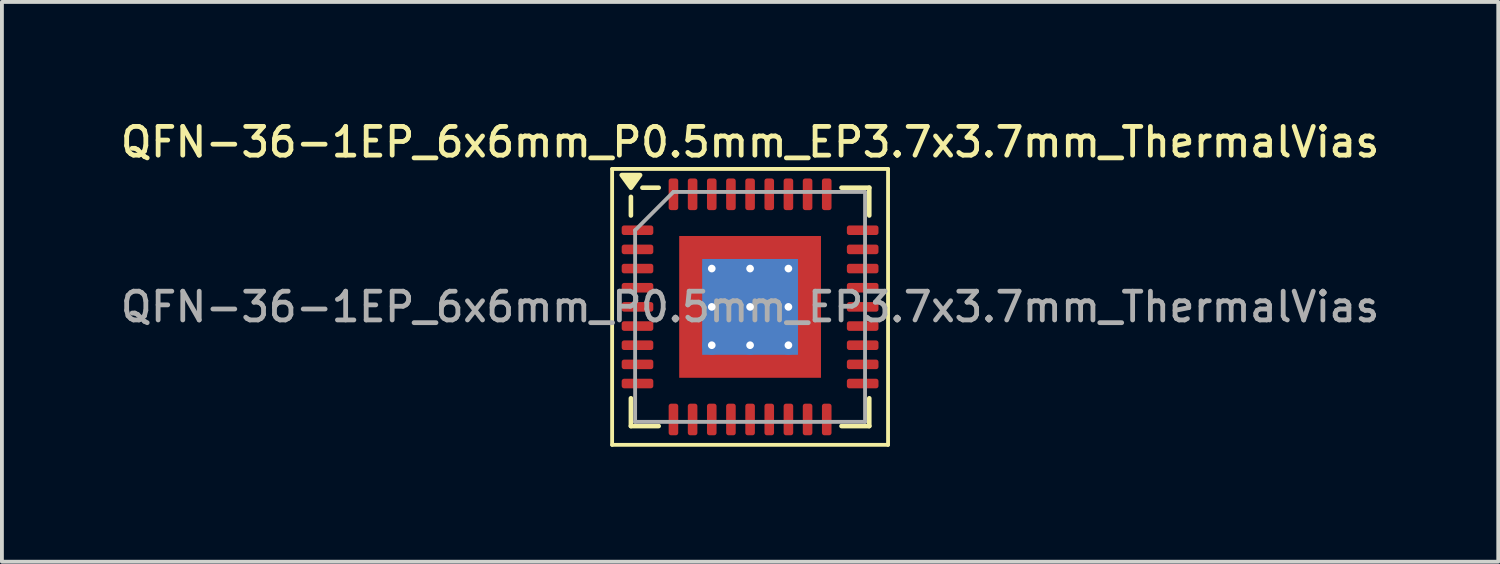
<source format=kicad_pcb>
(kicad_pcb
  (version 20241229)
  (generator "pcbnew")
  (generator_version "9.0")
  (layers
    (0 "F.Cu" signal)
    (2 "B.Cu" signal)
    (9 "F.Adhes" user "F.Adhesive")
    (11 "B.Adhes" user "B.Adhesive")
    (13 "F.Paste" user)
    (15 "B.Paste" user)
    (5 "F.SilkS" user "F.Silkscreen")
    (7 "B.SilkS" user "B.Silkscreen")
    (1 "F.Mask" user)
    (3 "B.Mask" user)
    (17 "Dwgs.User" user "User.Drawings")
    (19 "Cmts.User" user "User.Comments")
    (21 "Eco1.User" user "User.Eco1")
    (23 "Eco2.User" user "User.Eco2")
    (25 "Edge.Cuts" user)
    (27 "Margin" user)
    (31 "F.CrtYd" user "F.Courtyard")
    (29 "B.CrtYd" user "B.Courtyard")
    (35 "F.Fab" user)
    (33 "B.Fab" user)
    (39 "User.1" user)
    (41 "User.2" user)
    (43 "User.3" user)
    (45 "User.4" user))
  (footprint "QFN-36-1EP_6x6mm_P0.5mm_EP3.7x3.7mm_ThermalVias"
    (layer "F.Cu")
    (at 16.523 4.958)
    (property "Reference" "QFN-36-1EP_6x6mm_P0.5mm_EP3.7x3.7mm_ThermalVias" (at 0 -4.3 0) (layer "F.SilkS") (effects (font (size 0.75 0.75) (thickness 0.125))))
    (attr smd)
    (fp_line (start -3.6 -3.6) (end -3.6 3.6) (stroke (width 0.1) (type solid)) (layer "F.SilkS"))
    (fp_line (start -3.6 3.6) (end 3.6 3.6) (stroke (width 0.1) (type solid)) (layer "F.SilkS"))
    (fp_line (start -3.11 -2.385) (end -3.11 -2.87) (stroke (width 0.12) (type solid)) (layer "F.SilkS"))
    (fp_line (start -3.11 3.11) (end -3.11 2.385) (stroke (width 0.12) (type solid)) (layer "F.SilkS"))
    (fp_line (start -2.385 -3.11) (end -2.81 -3.11) (stroke (width 0.12) (type solid)) (layer "F.SilkS"))
    (fp_line (start -2.385 3.11) (end -3.11 3.11) (stroke (width 0.12) (type solid)) (layer "F.SilkS"))
    (fp_line (start 2.385 -3.11) (end 3.11 -3.11) (stroke (width 0.12) (type solid)) (layer "F.SilkS"))
    (fp_line (start 2.385 3.11) (end 3.11 3.11) (stroke (width 0.12) (type solid)) (layer "F.SilkS"))
    (fp_line (start 3.11 -3.11) (end 3.11 -2.385) (stroke (width 0.12) (type solid)) (layer "F.SilkS"))
    (fp_line (start 3.11 3.11) (end 3.11 2.385) (stroke (width 0.12) (type solid)) (layer "F.SilkS"))
    (fp_line (start 3.6 -3.6) (end -3.6 -3.6) (stroke (width 0.1) (type solid)) (layer "F.SilkS"))
    (fp_line (start 3.6 3.6) (end 3.6 -3.6) (stroke (width 0.1) (type solid)) (layer "F.SilkS"))
    (fp_poly (pts (xy -3.11 -3.11) (xy -3.35 -3.44) (xy -2.87 -3.44) (xy -3.11 -3.11)) (stroke (width 0.12) (type solid)) (fill yes) (layer "F.SilkS"))
    (fp_line (start -3 -2) (end -2 -3) (stroke (width 0.1) (type solid)) (layer "F.Fab"))
    (fp_line (start -3 3) (end -3 -2) (stroke (width 0.1) (type solid)) (layer "F.Fab"))
    (fp_line (start -2 -3) (end 3 -3) (stroke (width 0.1) (type solid)) (layer "F.Fab"))
    (fp_line (start 3 -3) (end 3 3) (stroke (width 0.1) (type solid)) (layer "F.Fab"))
    (fp_line (start 3 3) (end -3 3) (stroke (width 0.1) (type solid)) (layer "F.Fab"))
    (fp_text user "${REFERENCE}" (at 0 0 0) (layer "F.Fab") (effects (font (size 0.75 0.75) (thickness 0.125))))
    (pad "" smd custom (at -1.425 -1.425) (size 0.602 0.602) (layers "F.Paste") (options (anchor circle)) (primitives (gr_poly (pts (xy -0.259 -0.259) (xy 0.259 -0.259) (xy 0.259 0.19) (xy 0.19 0.259) (xy -0.259 0.259)) (width 0.167) (fill yes))))
    (pad "" smd custom (at -1.425 -0.5) (size 0.612 0.612) (layers "F.Paste") (options (anchor circle)) (primitives (gr_poly (pts (xy -0.269 -0.33) (xy 0.209 -0.33) (xy 0.269 -0.269) (xy 0.269 0.269) (xy 0.209 0.33) (xy -0.269 0.33)) (width 0.147) (fill yes))))
    (pad "" smd custom (at -1.425 0.5) (size 0.612 0.612) (layers "F.Paste") (options (anchor circle)) (primitives (gr_poly (pts (xy -0.269 -0.33) (xy 0.209 -0.33) (xy 0.269 -0.269) (xy 0.269 0.269) (xy 0.209 0.33) (xy -0.269 0.33)) (width 0.147) (fill yes))))
    (pad "" smd custom (at -1.425 1.425) (size 0.602 0.602) (layers "F.Paste") (options (anchor circle)) (primitives (gr_poly (pts (xy -0.259 -0.259) (xy 0.19 -0.259) (xy 0.259 -0.19) (xy 0.259 0.259) (xy -0.259 0.259)) (width 0.167) (fill yes))))
    (pad "" smd custom (at -0.5 -1.425) (size 0.612 0.612) (layers "F.Paste") (options (anchor circle)) (primitives (gr_poly (pts (xy -0.33 -0.269) (xy 0.33 -0.269) (xy 0.33 0.209) (xy 0.269 0.269) (xy -0.269 0.269) (xy -0.33 0.209)) (width 0.147) (fill yes))))
    (pad "" smd roundrect (at -0.5 -0.5) (size 0.806 0.806) (layers "F.Paste") (roundrect_rratio 0.25))
    (pad "" smd roundrect (at -0.5 0.5) (size 0.806 0.806) (layers "F.Paste") (roundrect_rratio 0.25))
    (pad "" smd custom (at -0.5 1.425) (size 0.612 0.612) (layers "F.Paste") (options (anchor circle)) (primitives (gr_poly (pts (xy -0.33 -0.209) (xy -0.269 -0.269) (xy 0.269 -0.269) (xy 0.33 -0.209) (xy 0.33 0.269) (xy -0.33 0.269)) (width 0.147) (fill yes))))
    (pad "" smd custom (at 0.5 -1.425) (size 0.612 0.612) (layers "F.Paste") (options (anchor circle)) (primitives (gr_poly (pts (xy -0.33 -0.269) (xy 0.33 -0.269) (xy 0.33 0.209) (xy 0.269 0.269) (xy -0.269 0.269) (xy -0.33 0.209)) (width 0.147) (fill yes))))
    (pad "" smd roundrect (at 0.5 -0.5) (size 0.806 0.806) (layers "F.Paste") (roundrect_rratio 0.25))
    (pad "" smd roundrect (at 0.5 0.5) (size 0.806 0.806) (layers "F.Paste") (roundrect_rratio 0.25))
    (pad "" smd custom (at 0.5 1.425) (size 0.612 0.612) (layers "F.Paste") (options (anchor circle)) (primitives (gr_poly (pts (xy -0.33 -0.209) (xy -0.269 -0.269) (xy 0.269 -0.269) (xy 0.33 -0.209) (xy 0.33 0.269) (xy -0.33 0.269)) (width 0.147) (fill yes))))
    (pad "" smd custom (at 1.425 -1.425) (size 0.602 0.602) (layers "F.Paste") (options (anchor circle)) (primitives (gr_poly (pts (xy -0.259 -0.259) (xy 0.259 -0.259) (xy 0.259 0.259) (xy -0.19 0.259) (xy -0.259 0.19)) (width 0.167) (fill yes))))
    (pad "" smd custom (at 1.425 -0.5) (size 0.612 0.612) (layers "F.Paste") (options (anchor circle)) (primitives (gr_poly (pts (xy -0.269 -0.269) (xy -0.209 -0.33) (xy 0.269 -0.33) (xy 0.269 0.33) (xy -0.209 0.33) (xy -0.269 0.269)) (width 0.147) (fill yes))))
    (pad "" smd custom (at 1.425 0.5) (size 0.612 0.612) (layers "F.Paste") (options (anchor circle)) (primitives (gr_poly (pts (xy -0.269 -0.269) (xy -0.209 -0.33) (xy 0.269 -0.33) (xy 0.269 0.33) (xy -0.209 0.33) (xy -0.269 0.269)) (width 0.147) (fill yes))))
    (pad "" smd custom (at 1.425 1.425) (size 0.602 0.602) (layers "F.Paste") (options (anchor circle)) (primitives (gr_poly (pts (xy -0.259 -0.19) (xy -0.19 -0.259) (xy 0.259 -0.259) (xy 0.259 0.259) (xy -0.259 0.259)) (width 0.167) (fill yes))))
    (pad "1" smd roundrect (at -2.938 -2) (size 0.825 0.25) (layers "F.Cu" "F.Mask" "F.Paste") (roundrect_rratio 0.25))
    (pad "2" smd roundrect (at -2.938 -1.5) (size 0.825 0.25) (layers "F.Cu" "F.Mask" "F.Paste") (roundrect_rratio 0.25))
    (pad "3" smd roundrect (at -2.938 -1) (size 0.825 0.25) (layers "F.Cu" "F.Mask" "F.Paste") (roundrect_rratio 0.25))
    (pad "4" smd roundrect (at -2.938 -0.5) (size 0.825 0.25) (layers "F.Cu" "F.Mask" "F.Paste") (roundrect_rratio 0.25))
    (pad "5" smd roundrect (at -2.938 0) (size 0.825 0.25) (layers "F.Cu" "F.Mask" "F.Paste") (roundrect_rratio 0.25))
    (pad "6" smd roundrect (at -2.938 0.5) (size 0.825 0.25) (layers "F.Cu" "F.Mask" "F.Paste") (roundrect_rratio 0.25))
    (pad "7" smd roundrect (at -2.938 1) (size 0.825 0.25) (layers "F.Cu" "F.Mask" "F.Paste") (roundrect_rratio 0.25))
    (pad "8" smd roundrect (at -2.938 1.5) (size 0.825 0.25) (layers "F.Cu" "F.Mask" "F.Paste") (roundrect_rratio 0.25))
    (pad "9" smd roundrect (at -2.938 2) (size 0.825 0.25) (layers "F.Cu" "F.Mask" "F.Paste") (roundrect_rratio 0.25))
    (pad "10" smd roundrect (at -2 2.938) (size 0.25 0.825) (layers "F.Cu" "F.Mask" "F.Paste") (roundrect_rratio 0.25))
    (pad "11" smd roundrect (at -1.5 2.938) (size 0.25 0.825) (layers "F.Cu" "F.Mask" "F.Paste") (roundrect_rratio 0.25))
    (pad "12" smd roundrect (at -1 2.938) (size 0.25 0.825) (layers "F.Cu" "F.Mask" "F.Paste") (roundrect_rratio 0.25))
    (pad "13" smd roundrect (at -0.5 2.938) (size 0.25 0.825) (layers "F.Cu" "F.Mask" "F.Paste") (roundrect_rratio 0.25))
    (pad "14" smd roundrect (at 0 2.938) (size 0.25 0.825) (layers "F.Cu" "F.Mask" "F.Paste") (roundrect_rratio 0.25))
    (pad "15" smd roundrect (at 0.5 2.938) (size 0.25 0.825) (layers "F.Cu" "F.Mask" "F.Paste") (roundrect_rratio 0.25))
    (pad "16" smd roundrect (at 1 2.938) (size 0.25 0.825) (layers "F.Cu" "F.Mask" "F.Paste") (roundrect_rratio 0.25))
    (pad "17" smd roundrect (at 1.5 2.938) (size 0.25 0.825) (layers "F.Cu" "F.Mask" "F.Paste") (roundrect_rratio 0.25))
    (pad "18" smd roundrect (at 2 2.938) (size 0.25 0.825) (layers "F.Cu" "F.Mask" "F.Paste") (roundrect_rratio 0.25))
    (pad "19" smd roundrect (at 2.938 2) (size 0.825 0.25) (layers "F.Cu" "F.Mask" "F.Paste") (roundrect_rratio 0.25))
    (pad "20" smd roundrect (at 2.938 1.5) (size 0.825 0.25) (layers "F.Cu" "F.Mask" "F.Paste") (roundrect_rratio 0.25))
    (pad "21" smd roundrect (at 2.938 1) (size 0.825 0.25) (layers "F.Cu" "F.Mask" "F.Paste") (roundrect_rratio 0.25))
    (pad "22" smd roundrect (at 2.938 0.5) (size 0.825 0.25) (layers "F.Cu" "F.Mask" "F.Paste") (roundrect_rratio 0.25))
    (pad "23" smd roundrect (at 2.938 0) (size 0.825 0.25) (layers "F.Cu" "F.Mask" "F.Paste") (roundrect_rratio 0.25))
    (pad "24" smd roundrect (at 2.938 -0.5) (size 0.825 0.25) (layers "F.Cu" "F.Mask" "F.Paste") (roundrect_rratio 0.25))
    (pad "25" smd roundrect (at 2.938 -1) (size 0.825 0.25) (layers "F.Cu" "F.Mask" "F.Paste") (roundrect_rratio 0.25))
    (pad "26" smd roundrect (at 2.938 -1.5) (size 0.825 0.25) (layers "F.Cu" "F.Mask" "F.Paste") (roundrect_rratio 0.25))
    (pad "27" smd roundrect (at 2.938 -2) (size 0.825 0.25) (layers "F.Cu" "F.Mask" "F.Paste") (roundrect_rratio 0.25))
    (pad "28" smd roundrect (at 2 -2.938) (size 0.25 0.825) (layers "F.Cu" "F.Mask" "F.Paste") (roundrect_rratio 0.25))
    (pad "29" smd roundrect (at 1.5 -2.938) (size 0.25 0.825) (layers "F.Cu" "F.Mask" "F.Paste") (roundrect_rratio 0.25))
    (pad "30" smd roundrect (at 1 -2.938) (size 0.25 0.825) (layers "F.Cu" "F.Mask" "F.Paste") (roundrect_rratio 0.25))
    (pad "31" smd roundrect (at 0.5 -2.938) (size 0.25 0.825) (layers "F.Cu" "F.Mask" "F.Paste") (roundrect_rratio 0.25))
    (pad "32" smd roundrect (at 0 -2.938) (size 0.25 0.825) (layers "F.Cu" "F.Mask" "F.Paste") (roundrect_rratio 0.25))
    (pad "33" smd roundrect (at -0.5 -2.938) (size 0.25 0.825) (layers "F.Cu" "F.Mask" "F.Paste") (roundrect_rratio 0.25))
    (pad "34" smd roundrect (at -1 -2.938) (size 0.25 0.825) (layers "F.Cu" "F.Mask" "F.Paste") (roundrect_rratio 0.25))
    (pad "35" smd roundrect (at -1.5 -2.938) (size 0.25 0.825) (layers "F.Cu" "F.Mask" "F.Paste") (roundrect_rratio 0.25))
    (pad "36" smd roundrect (at -2 -2.938) (size 0.25 0.825) (layers "F.Cu" "F.Mask" "F.Paste") (roundrect_rratio 0.25))
    (pad "37" thru_hole circle (at -1 -1) (size 0.5 0.5) (drill 0.2) (property pad_prop_heatsink) (layers "*.Cu"))
    (pad "37" thru_hole circle (at -1 0) (size 0.5 0.5) (drill 0.2) (property pad_prop_heatsink) (layers "*.Cu"))
    (pad "37" thru_hole circle (at -1 1) (size 0.5 0.5) (drill 0.2) (property pad_prop_heatsink) (layers "*.Cu"))
    (pad "37" thru_hole circle (at 0 -1) (size 0.5 0.5) (drill 0.2) (property pad_prop_heatsink) (layers "*.Cu"))
    (pad "37" thru_hole circle (at 0 0) (size 0.5 0.5) (drill 0.2) (property pad_prop_heatsink) (layers "*.Cu"))
    (pad "37" smd rect (at 0 0) (size 2.5 2.5) (property pad_prop_heatsink) (layers "B.Cu"))
    (pad "37" smd rect (at 0 0) (size 3.7 3.7) (property pad_prop_heatsink) (layers "F.Cu" "F.Mask"))
    (pad "37" thru_hole circle (at 0 1) (size 0.5 0.5) (drill 0.2) (property pad_prop_heatsink) (layers "*.Cu"))
    (pad "37" thru_hole circle (at 1 -1) (size 0.5 0.5) (drill 0.2) (property pad_prop_heatsink) (layers "*.Cu"))
    (pad "37" thru_hole circle (at 1 0) (size 0.5 0.5) (drill 0.2) (property pad_prop_heatsink) (layers "*.Cu"))
    (pad "37" thru_hole circle (at 1 1) (size 0.5 0.5) (drill 0.2) (property pad_prop_heatsink) (layers "*.Cu")))
  (gr_rect
    (start -3 -3)
    (end 36.046 11.608)
    (stroke (width 0.1) (type default))
    (fill no)
    (layer "Edge.Cuts")))
</source>
